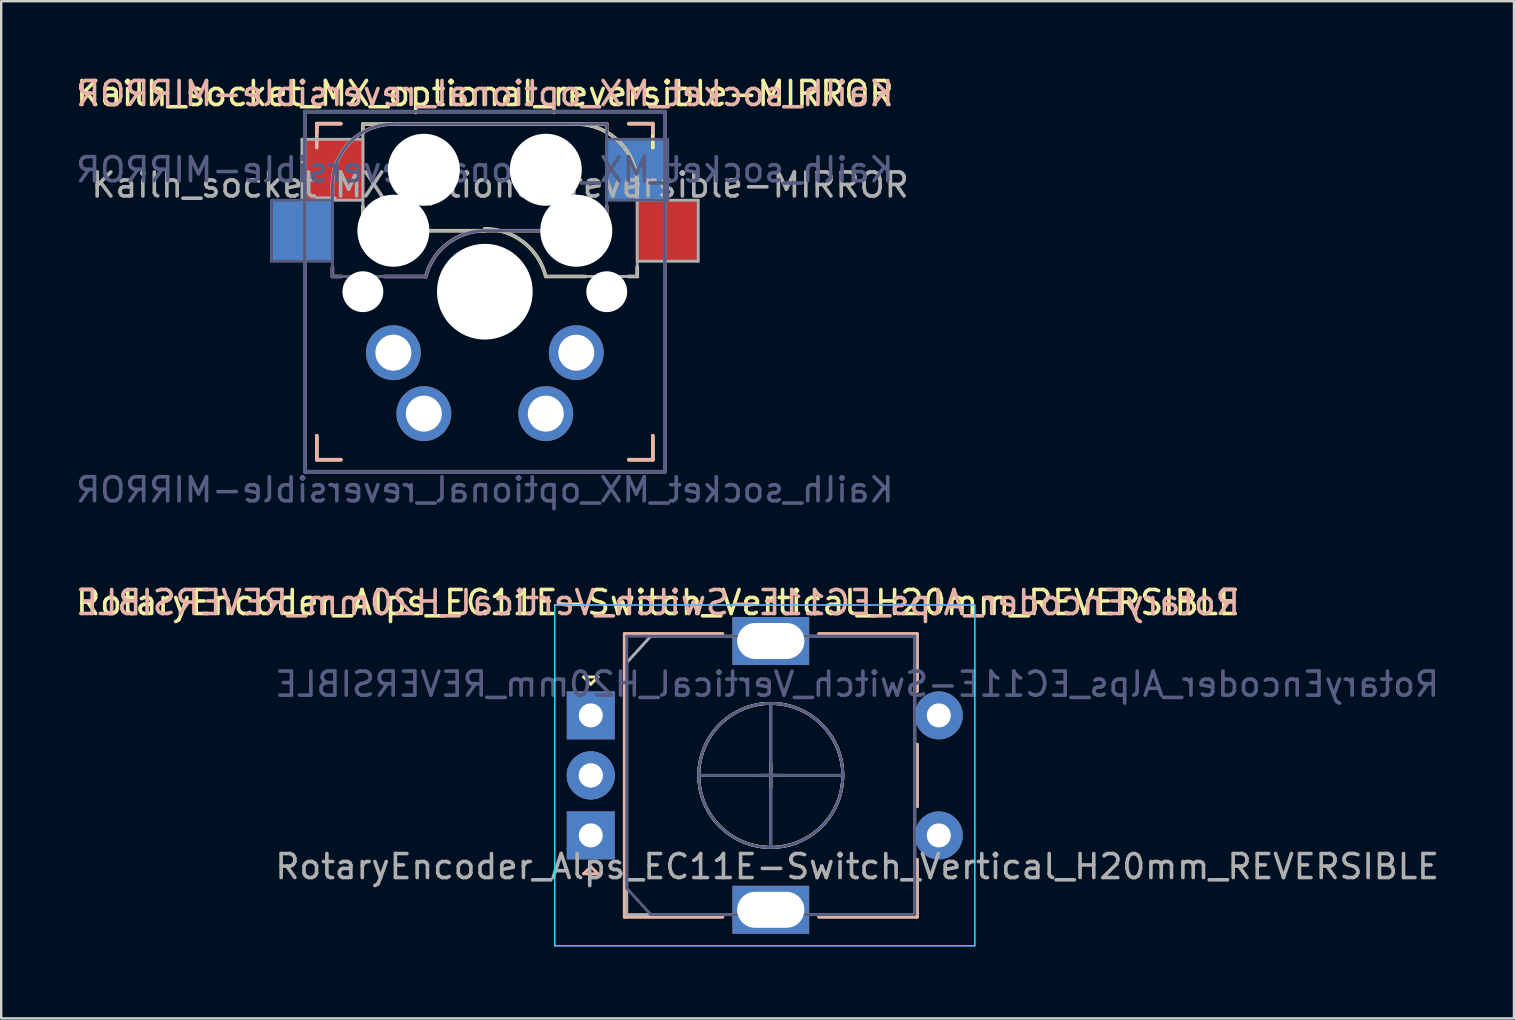
<source format=kicad_pcb>
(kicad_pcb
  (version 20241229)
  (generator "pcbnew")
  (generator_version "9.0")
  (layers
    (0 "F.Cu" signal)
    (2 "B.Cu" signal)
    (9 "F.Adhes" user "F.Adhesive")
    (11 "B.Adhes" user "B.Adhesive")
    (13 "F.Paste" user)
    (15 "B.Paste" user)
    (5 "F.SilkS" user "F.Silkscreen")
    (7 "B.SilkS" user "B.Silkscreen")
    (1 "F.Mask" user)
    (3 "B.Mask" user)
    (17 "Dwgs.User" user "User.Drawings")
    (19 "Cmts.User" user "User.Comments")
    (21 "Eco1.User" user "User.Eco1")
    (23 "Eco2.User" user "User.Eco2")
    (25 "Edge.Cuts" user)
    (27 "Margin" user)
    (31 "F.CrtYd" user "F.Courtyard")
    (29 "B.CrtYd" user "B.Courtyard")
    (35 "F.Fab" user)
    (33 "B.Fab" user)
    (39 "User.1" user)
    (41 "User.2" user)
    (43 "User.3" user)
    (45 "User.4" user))
  (footprint "RotaryEncoder_Alps_EC11E-Switch_Vertical_H20mm_REVERSIBLE"
    (layer "F.Cu")
    (at 29.063 29.255)
    (property "Reference" "RotaryEncoder_Alps_EC11E-Switch_Vertical_H20mm_REVERSIBLE" (at -4.7 -7.2 0) (layer "F.SilkS") (effects (font (size 1 1) (thickness 0.15))))
    (attr through_hole)
    (fp_line (start -7.8 -4.1) (end -7.2 -4.1) (stroke (width 0.12) (type solid)) (layer "F.SilkS"))
    (fp_line (start -7.5 -3.8) (end -7.8 -4.1) (stroke (width 0.12) (type solid)) (layer "F.SilkS"))
    (fp_line (start -7.2 -4.1) (end -7.5 -3.8) (stroke (width 0.12) (type solid)) (layer "F.SilkS"))
    (fp_line (start -6.1 -5.9) (end -6.1 5.9) (stroke (width 0.12) (type solid)) (layer "F.SilkS"))
    (fp_line (start -2 -5.9) (end -6.1 -5.9) (stroke (width 0.12) (type solid)) (layer "F.SilkS"))
    (fp_line (start -2 5.9) (end -6.1 5.9) (stroke (width 0.12) (type solid)) (layer "F.SilkS"))
    (fp_line (start -0.5 0) (end 0.5 0) (stroke (width 0.12) (type solid)) (layer "F.SilkS"))
    (fp_line (start 0 -0.5) (end 0 0.5) (stroke (width 0.12) (type solid)) (layer "F.SilkS"))
    (fp_line (start 2 -5.9) (end 6.1 -5.9) (stroke (width 0.12) (type solid)) (layer "F.SilkS"))
    (fp_line (start 6.1 -5.9) (end 6.1 -3.5) (stroke (width 0.12) (type solid)) (layer "F.SilkS"))
    (fp_line (start 6.1 -1.3) (end 6.1 1.3) (stroke (width 0.12) (type solid)) (layer "F.SilkS"))
    (fp_line (start 6.1 3.5) (end 6.1 5.9) (stroke (width 0.12) (type solid)) (layer "F.SilkS"))
    (fp_line (start 6.1 5.9) (end 2 5.9) (stroke (width 0.12) (type solid)) (layer "F.SilkS"))
    (fp_circle (center 0 0) (end 3 0) (stroke (width 0.12) (type solid)) (fill no) (layer "F.SilkS"))
    (fp_line (start -7.8 4.1) (end -7.2 4.1) (stroke (width 0.12) (type solid)) (layer "B.SilkS"))
    (fp_line (start -7.5 3.8) (end -7.8 4.1) (stroke (width 0.12) (type solid)) (layer "B.SilkS"))
    (fp_line (start -7.2 4.1) (end -7.5 3.8) (stroke (width 0.12) (type solid)) (layer "B.SilkS"))
    (fp_line (start -6.1 5.9) (end -6.1 -5.9) (stroke (width 0.12) (type solid)) (layer "B.SilkS"))
    (fp_line (start -2 -5.9) (end -6.1 -5.9) (stroke (width 0.12) (type solid)) (layer "B.SilkS"))
    (fp_line (start -2 5.9) (end -6.1 5.9) (stroke (width 0.12) (type solid)) (layer "B.SilkS"))
    (fp_line (start -0.5 0) (end 0.5 0) (stroke (width 0.12) (type solid)) (layer "B.SilkS"))
    (fp_line (start 0 0.5) (end 0 -0.5) (stroke (width 0.12) (type solid)) (layer "B.SilkS"))
    (fp_line (start 2 5.9) (end 6.1 5.9) (stroke (width 0.12) (type solid)) (layer "B.SilkS"))
    (fp_line (start 6.1 -5.9) (end 2 -5.9) (stroke (width 0.12) (type solid)) (layer "B.SilkS"))
    (fp_line (start 6.1 -3.5) (end 6.1 -5.9) (stroke (width 0.12) (type solid)) (layer "B.SilkS"))
    (fp_line (start 6.1 1.3) (end 6.1 -1.3) (stroke (width 0.12) (type solid)) (layer "B.SilkS"))
    (fp_line (start 6.1 5.9) (end 6.1 3.5) (stroke (width 0.12) (type solid)) (layer "B.SilkS"))
    (fp_circle (center 0 0) (end 3 0) (stroke (width 0.12) (type solid)) (fill no) (layer "B.SilkS"))
    (fp_line (start -9 7.1) (end -9 -7.1) (stroke (width 0.05) (type solid)) (layer "B.CrtYd"))
    (fp_line (start -9 7.1) (end 8.5 7.1) (stroke (width 0.05) (type solid)) (layer "B.CrtYd"))
    (fp_line (start 8.5 -7.1) (end -9 -7.1) (stroke (width 0.05) (type solid)) (layer "B.CrtYd"))
    (fp_line (start 8.5 -7.1) (end 8.5 7.1) (stroke (width 0.05) (type solid)) (layer "B.CrtYd"))
    (fp_line (start -9 -7.1) (end -9 7.1) (stroke (width 0.05) (type solid)) (layer "F.CrtYd"))
    (fp_line (start -9 -7.1) (end 8.5 -7.1) (stroke (width 0.05) (type solid)) (layer "F.CrtYd"))
    (fp_line (start 8.5 7.1) (end -9 7.1) (stroke (width 0.05) (type solid)) (layer "F.CrtYd"))
    (fp_line (start 8.5 7.1) (end 8.5 -7.1) (stroke (width 0.05) (type solid)) (layer "F.CrtYd"))
    (fp_line (start -6 -5.8) (end -6 4.7) (stroke (width 0.12) (type solid)) (layer "B.Fab"))
    (fp_line (start -6 4.7) (end -5 5.8) (stroke (width 0.12) (type solid)) (layer "B.Fab"))
    (fp_line (start -5 5.8) (end 6 5.8) (stroke (width 0.12) (type solid)) (layer "B.Fab"))
    (fp_line (start -3 0) (end 3 0) (stroke (width 0.12) (type solid)) (layer "B.Fab"))
    (fp_line (start 0 3) (end 0 -3) (stroke (width 0.12) (type solid)) (layer "B.Fab"))
    (fp_line (start 6 -5.8) (end -6 -5.8) (stroke (width 0.12) (type solid)) (layer "B.Fab"))
    (fp_line (start 6 5.8) (end 6 -5.8) (stroke (width 0.12) (type solid)) (layer "B.Fab"))
    (fp_circle (center 0 0) (end 3 0) (stroke (width 0.12) (type solid)) (fill no) (layer "B.Fab"))
    (fp_line (start -6 -4.7) (end -5 -5.8) (stroke (width 0.12) (type solid)) (layer "F.Fab"))
    (fp_line (start -6 5.8) (end -6 -4.7) (stroke (width 0.12) (type solid)) (layer "F.Fab"))
    (fp_line (start -5 -5.8) (end 6 -5.8) (stroke (width 0.12) (type solid)) (layer "F.Fab"))
    (fp_line (start -3 0) (end 3 0) (stroke (width 0.12) (type solid)) (layer "F.Fab"))
    (fp_line (start 0 -3) (end 0 3) (stroke (width 0.12) (type solid)) (layer "F.Fab"))
    (fp_line (start 6 -5.8) (end 6 5.8) (stroke (width 0.12) (type solid)) (layer "F.Fab"))
    (fp_line (start 6 5.8) (end -6 5.8) (stroke (width 0.12) (type solid)) (layer "F.Fab"))
    (fp_circle (center 0 0) (end 3 0) (stroke (width 0.12) (type solid)) (fill no) (layer "F.Fab"))
    (fp_text user "${REFERENCE}" (at -4.7 -7.2 0) (layer "B.SilkS") (effects (font (size 1 1) (thickness 0.15)) (justify mirror)))
    (fp_text user "${REFERENCE}" (at 3.6 -3.8 180) (layer "B.Fab") (effects (font (size 1 1) (thickness 0.15)) (justify mirror)))
    (fp_text user "${REFERENCE}" (at 3.6 3.8 0) (layer "F.Fab") (effects (font (size 1 1) (thickness 0.15))))
    (pad "A" thru_hole rect (at -7.5 -2.5) (size 2 2) (drill 1) (layers "*.Cu" "*.Mask"))
    (pad "B" thru_hole rect (at -7.5 2.5 180) (size 2 2) (drill 1) (layers "*.Cu" "*.Mask"))
    (pad "C" thru_hole circle (at -7.5 0) (size 2 2) (drill 1) (layers "*.Cu" "*.Mask"))
    (pad "C" thru_hole circle (at -7.5 0 180) (size 2 2) (drill 1) (layers "*.Cu" "*.Mask"))
    (pad "MP" thru_hole rect (at 0 -5.6 180) (size 3.2 2) (drill oval 2.8 1.5) (layers "*.Cu" "*.Mask"))
    (pad "MP" thru_hole rect (at 0 5.6 180) (size 3.2 2) (drill oval 2.8 1.5) (layers "*.Cu" "*.Mask"))
    (pad "S1" thru_hole circle (at 7 2.5) (size 2 2) (drill 1) (layers "*.Cu" "*.Mask"))
    (pad "S2" thru_hole circle (at 7 -2.5) (size 2 2) (drill 1) (layers "*.Cu" "*.Mask")))
  (footprint "Kailh_socket_MX_optional_reversible-MIRROR"
    (layer "F.Cu")
    (at 17.149 9.103)
    (property "Reference" "Kailh_socket_MX_optional_reversible-MIRROR" (at 0 -8.255 0) (layer "F.SilkS") (effects (font (size 1 1) (thickness 0.15))))
    (property "Value" "Kailh_socket_MX_optional_reversible-MIRROR" (at 0 8.255 0) (layer "F.Fab") (hide yes) (effects (font (size 1 1) (thickness 0.15))))
    (attr smd)
    (fp_line (start -7 -7) (end -6 -7) (stroke (width 0.15) (type solid)) (layer "F.SilkS"))
    (fp_line (start -7 -6.604) (end -7 -7) (stroke (width 0.15) (type solid)) (layer "F.SilkS"))
    (fp_line (start -7 7) (end -7 6) (stroke (width 0.15) (type solid)) (layer "F.SilkS"))
    (fp_line (start -6 7) (end -7 7) (stroke (width 0.15) (type solid)) (layer "F.SilkS"))
    (fp_line (start -5.08 -6.985) (end -5.08 -6.604) (stroke (width 0.15) (type solid)) (layer "F.SilkS"))
    (fp_line (start -5.08 -3.556) (end -5.08 -3.175) (stroke (width 0.15) (type solid)) (layer "F.SilkS"))
    (fp_line (start -2.286 -2.54) (end 0 -2.54) (stroke (width 0.15) (type solid)) (layer "F.SilkS"))
    (fp_line (start 2.54 -0.635) (end 4.191 -0.635) (stroke (width 0.15) (type solid)) (layer "F.SilkS"))
    (fp_line (start 3.81 -6.985) (end -5.08 -6.985) (stroke (width 0.15) (type solid)) (layer "F.SilkS"))
    (fp_line (start 5.969 -0.635) (end 6.35 -0.635) (stroke (width 0.15) (type solid)) (layer "F.SilkS"))
    (fp_line (start 6 -7) (end 7 -7) (stroke (width 0.15) (type solid)) (layer "F.SilkS"))
    (fp_line (start 6.35 -4.445) (end 6.35 -4.064) (stroke (width 0.15) (type solid)) (layer "F.SilkS"))
    (fp_line (start 6.35 -0.635) (end 6.35 -1.016) (stroke (width 0.15) (type solid)) (layer "F.SilkS"))
    (fp_line (start 7 -7) (end 7 -6) (stroke (width 0.15) (type solid)) (layer "F.SilkS"))
    (fp_line (start 7 6) (end 7 7) (stroke (width 0.15) (type solid)) (layer "F.SilkS"))
    (fp_line (start 7 7) (end 6 7) (stroke (width 0.15) (type solid)) (layer "F.SilkS"))
    (fp_arc (start 0.000001 -2.618171) (mid 1.611255 -2.063656) (end 2.539999 -0.634999) (stroke (width 0.15) (type solid)) (layer "F.SilkS"))
    (fp_arc (start 3.81 -6.985) (mid 5.606051 -6.241051) (end 6.35 -4.445) (stroke (width 0.15) (type solid)) (layer "F.SilkS"))
    (fp_line (start -7 -7) (end -6 -7) (stroke (width 0.15) (type solid)) (layer "B.SilkS"))
    (fp_line (start -7 -6) (end -7 -7) (stroke (width 0.15) (type solid)) (layer "B.SilkS"))
    (fp_line (start -7 7) (end -7 6) (stroke (width 0.15) (type solid)) (layer "B.SilkS"))
    (fp_line (start -6.35 -4.445) (end -6.35 -4.064) (stroke (width 0.15) (type solid)) (layer "B.SilkS"))
    (fp_line (start -6.35 -1.016) (end -6.35 -0.635) (stroke (width 0.15) (type solid)) (layer "B.SilkS"))
    (fp_line (start -6.35 -0.635) (end -5.969 -0.635) (stroke (width 0.15) (type solid)) (layer "B.SilkS"))
    (fp_line (start -6 7) (end -7 7) (stroke (width 0.15) (type solid)) (layer "B.SilkS"))
    (fp_line (start -4.191 -0.635) (end -2.54 -0.635) (stroke (width 0.15) (type solid)) (layer "B.SilkS"))
    (fp_line (start 0 -2.54) (end 2.286 -2.54) (stroke (width 0.15) (type solid)) (layer "B.SilkS"))
    (fp_line (start 5.08 -6.985) (end -3.81 -6.985) (stroke (width 0.15) (type solid)) (layer "B.SilkS"))
    (fp_line (start 5.08 -6.604) (end 5.08 -6.985) (stroke (width 0.15) (type solid)) (layer "B.SilkS"))
    (fp_line (start 5.08 -3.175) (end 5.08 -3.556) (stroke (width 0.15) (type solid)) (layer "B.SilkS"))
    (fp_line (start 6 -7) (end 7 -7) (stroke (width 0.15) (type solid)) (layer "B.SilkS"))
    (fp_line (start 7 -7) (end 7 -6.604) (stroke (width 0.15) (type solid)) (layer "B.SilkS"))
    (fp_line (start 7 6) (end 7 7) (stroke (width 0.15) (type solid)) (layer "B.SilkS"))
    (fp_line (start 7 7) (end 6 7) (stroke (width 0.15) (type solid)) (layer "B.SilkS"))
    (fp_arc (start -6.35 -4.445) (mid -5.606051 -6.241051) (end -3.81 -6.985) (stroke (width 0.15) (type solid)) (layer "B.SilkS"))
    (fp_arc (start -2.464162 -0.61604) (mid -1.563147 -2.002042) (end 0 -2.54) (stroke (width 0.15) (type solid)) (layer "B.SilkS"))
    (fp_line (start -6.9 6.9) (end -6.9 -6.9) (stroke (width 0.15) (type solid)) (layer "Eco2.User"))
    (fp_line (start -6.9 6.9) (end 6.9 6.9) (stroke (width 0.15) (type solid)) (layer "Eco2.User"))
    (fp_line (start 6.9 -6.9) (end -6.9 -6.9) (stroke (width 0.15) (type solid)) (layer "Eco2.User"))
    (fp_line (start 6.9 -6.9) (end 6.9 6.9) (stroke (width 0.15) (type solid)) (layer "Eco2.User"))
    (fp_line (start -8.89 -3.81) (end -8.89 -1.27) (stroke (width 0.12) (type solid)) (layer "B.Fab"))
    (fp_line (start -8.89 -1.27) (end -6.35 -1.27) (stroke (width 0.12) (type solid)) (layer "B.Fab"))
    (fp_line (start -7.5 -7.5) (end 7.5 -7.5) (stroke (width 0.15) (type solid)) (layer "B.Fab"))
    (fp_line (start -7.5 7.5) (end -7.5 -7.5) (stroke (width 0.15) (type solid)) (layer "B.Fab"))
    (fp_line (start -6.35 -4.445) (end -6.35 -0.635) (stroke (width 0.12) (type solid)) (layer "B.Fab"))
    (fp_line (start -6.35 -3.81) (end -8.89 -3.81) (stroke (width 0.12) (type solid)) (layer "B.Fab"))
    (fp_line (start -6.35 -0.635) (end -2.54 -0.635) (stroke (width 0.12) (type solid)) (layer "B.Fab"))
    (fp_line (start 0 -2.54) (end 5.08 -2.54) (stroke (width 0.12) (type solid)) (layer "B.Fab"))
    (fp_line (start 5.08 -6.985) (end -3.81 -6.985) (stroke (width 0.12) (type solid)) (layer "B.Fab"))
    (fp_line (start 5.08 -3.81) (end 7.62 -3.81) (stroke (width 0.12) (type solid)) (layer "B.Fab"))
    (fp_line (start 5.08 -2.54) (end 5.08 -6.985) (stroke (width 0.12) (type solid)) (layer "B.Fab"))
    (fp_line (start 7.5 -7.5) (end 7.5 7.5) (stroke (width 0.15) (type solid)) (layer "B.Fab"))
    (fp_line (start 7.5 7.5) (end -7.5 7.5) (stroke (width 0.15) (type solid)) (layer "B.Fab"))
    (fp_line (start 7.62 -6.35) (end 5.08 -6.35) (stroke (width 0.12) (type solid)) (layer "B.Fab"))
    (fp_line (start 7.62 -3.81) (end 7.62 -6.35) (stroke (width 0.12) (type solid)) (layer "B.Fab"))
    (fp_arc (start -6.35 -4.445) (mid -5.606051 -6.241051) (end -3.81 -6.985) (stroke (width 0.12) (type solid)) (layer "B.Fab"))
    (fp_arc (start -2.464162 -0.61604) (mid -1.563147 -2.002042) (end 0 -2.54) (stroke (width 0.12) (type solid)) (layer "B.Fab"))
    (fp_line (start -7.62 -6.35) (end -7.62 -3.81) (stroke (width 0.12) (type solid)) (layer "F.Fab"))
    (fp_line (start -7.62 -3.81) (end -5.08 -3.81) (stroke (width 0.12) (type solid)) (layer "F.Fab"))
    (fp_line (start -7.5 -7.5) (end 7.5 -7.5) (stroke (width 0.15) (type solid)) (layer "F.Fab"))
    (fp_line (start -7.5 7.5) (end -7.5 -7.5) (stroke (width 0.15) (type solid)) (layer "F.Fab"))
    (fp_line (start -5.08 -6.985) (end -5.08 -2.54) (stroke (width 0.12) (type solid)) (layer "F.Fab"))
    (fp_line (start -5.08 -6.35) (end -7.62 -6.35) (stroke (width 0.12) (type solid)) (layer "F.Fab"))
    (fp_line (start -5.08 -2.54) (end 0 -2.54) (stroke (width 0.12) (type solid)) (layer "F.Fab"))
    (fp_line (start 2.54 -0.635) (end 6.35 -0.635) (stroke (width 0.12) (type solid)) (layer "F.Fab"))
    (fp_line (start 3.81 -6.985) (end -5.08 -6.985) (stroke (width 0.12) (type solid)) (layer "F.Fab"))
    (fp_line (start 6.35 -1.27) (end 8.89 -1.27) (stroke (width 0.12) (type solid)) (layer "F.Fab"))
    (fp_line (start 6.35 -0.635) (end 6.35 -4.445) (stroke (width 0.12) (type solid)) (layer "F.Fab"))
    (fp_line (start 7.5 -7.5) (end 7.5 7.5) (stroke (width 0.15) (type solid)) (layer "F.Fab"))
    (fp_line (start 7.5 7.5) (end -7.5 7.5) (stroke (width 0.15) (type solid)) (layer "F.Fab"))
    (fp_line (start 8.89 -3.81) (end 6.35 -3.81) (stroke (width 0.12) (type solid)) (layer "F.Fab"))
    (fp_line (start 8.89 -1.27) (end 8.89 -3.81) (stroke (width 0.12) (type solid)) (layer "F.Fab"))
    (fp_arc (start 0.000001 -2.618171) (mid 1.611255 -2.063656) (end 2.539999 -0.634999) (stroke (width 0.12) (type solid)) (layer "F.Fab"))
    (fp_arc (start 3.81 -6.985) (mid 5.606051 -6.241051) (end 6.35 -4.445) (stroke (width 0.12) (type solid)) (layer "F.Fab"))
    (fp_text user "${REFERENCE}" (at 0 -8.255 0) (layer "B.SilkS") (effects (font (size 1 1) (thickness 0.15)) (justify mirror)))
    (fp_text user "${REFERENCE}" (at 0 -5.08 180) (layer "B.Fab") (effects (font (size 1 1) (thickness 0.15)) (justify mirror)))
    (fp_text user "${VALUE}" (at 0 8.255 0) (layer "B.Fab") (effects (font (size 1 1) (thickness 0.15)) (justify mirror)))
    (fp_text user "${REFERENCE}" (at 0.635 -4.445 0) (layer "F.Fab") (effects (font (size 1 1) (thickness 0.15))))
    (pad "" np_thru_hole circle (at -5.08 0) (size 1.702 1.702) (drill 1.702) (layers "*.Cu" "*.Mask"))
    (pad "" np_thru_hole circle (at -3.81 -2.54 180) (size 3 3) (drill 3) (layers "*.Cu" "*.Mask"))
    (pad "" np_thru_hole circle (at -2.54 -5.08) (size 3 3) (drill 3) (layers "*.Cu" "*.Mask"))
    (pad "" np_thru_hole circle (at 0 0) (size 3.988 3.988) (drill 3.988) (layers "*.Cu" "*.Mask"))
    (pad "" np_thru_hole circle (at 2.54 -5.08 180) (size 3 3) (drill 3) (layers "*.Cu" "*.Mask"))
    (pad "" np_thru_hole circle (at 3.81 -2.54) (size 3 3) (drill 3) (layers "*.Cu" "*.Mask"))
    (pad "" np_thru_hole circle (at 5.08 0) (size 1.702 1.702) (drill 1.702) (layers "*.Cu" "*.Mask"))
    (pad "1" smd rect (at -6.29 -5.08) (size 2.55 2.5) (layers "F.Cu" "F.Mask" "F.Paste"))
    (pad "1" thru_hole circle (at -3.81 2.54) (size 2.286 2.286) (drill 1.499) (layers "*.Cu" "*.Mask"))
    (pad "1" thru_hole circle (at 3.81 2.54 180) (size 2.286 2.286) (drill 1.499) (layers "*.Cu" "*.Mask"))
    (pad "1" smd rect (at 6.29 -5.08 180) (size 2.55 2.5) (layers "B.Cu" "B.Mask" "B.Paste"))
    (pad "2" smd rect (at -7.56 -2.54 180) (size 2.55 2.5) (layers "B.Cu" "B.Mask" "B.Paste"))
    (pad "2" thru_hole circle (at -2.54 5.08 180) (size 2.286 2.286) (drill 1.499) (layers "*.Cu" "*.Mask"))
    (pad "2" thru_hole circle (at 2.54 5.08) (size 2.286 2.286) (drill 1.499) (layers "*.Cu" "*.Mask"))
    (pad "2" smd rect (at 7.56 -2.54) (size 2.55 2.5) (layers "F.Cu" "F.Mask" "F.Paste")))
  (gr_rect
    (start -3 -3)
    (end 60.026 39.38)
    (stroke (width 0.1) (type default))
    (fill no)
    (layer "Edge.Cuts")))
</source>
